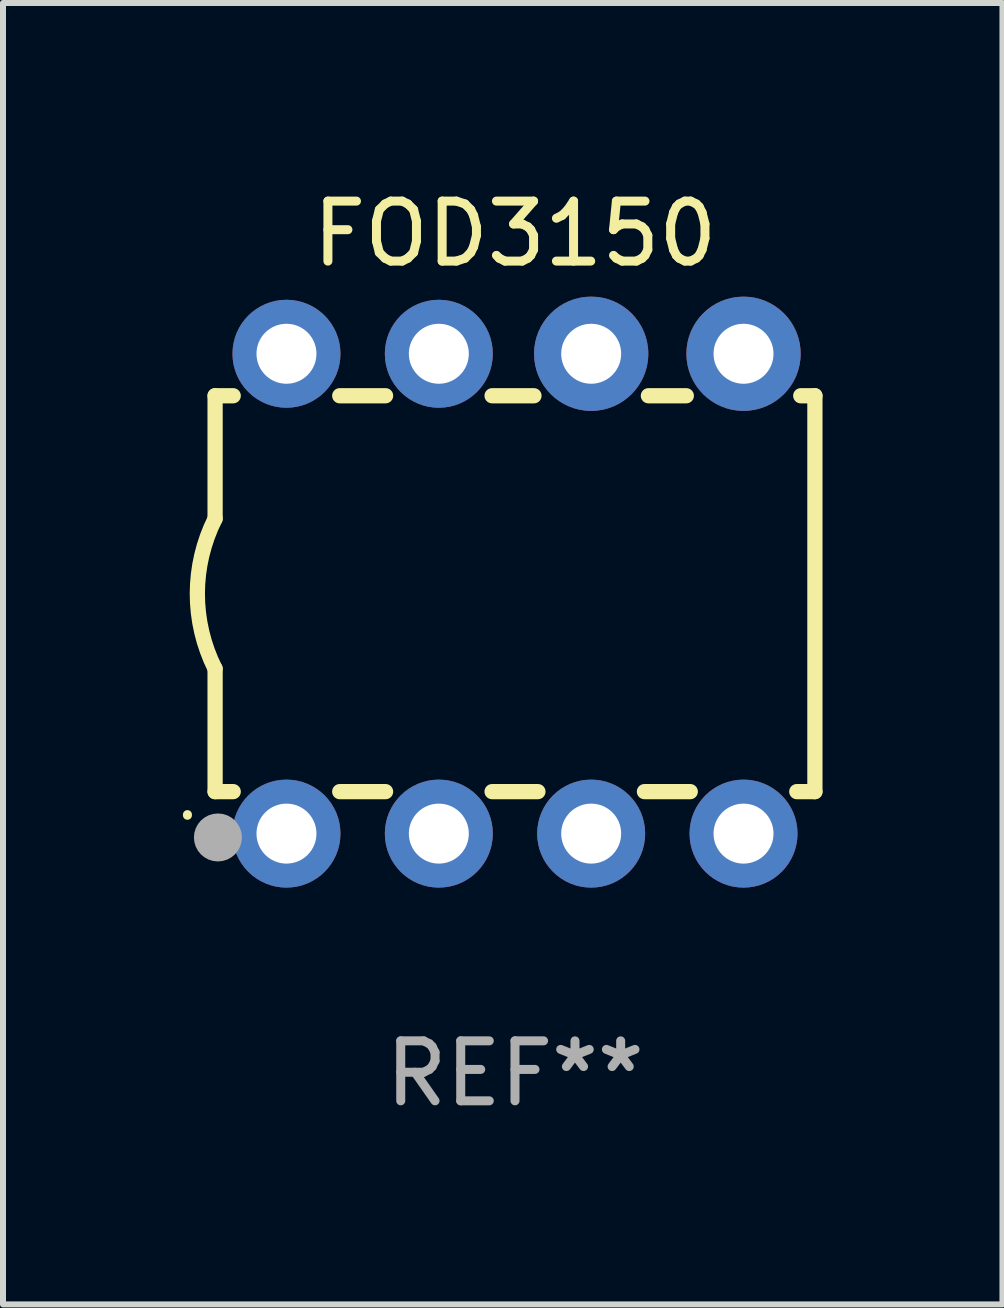
<source format=kicad_pcb>
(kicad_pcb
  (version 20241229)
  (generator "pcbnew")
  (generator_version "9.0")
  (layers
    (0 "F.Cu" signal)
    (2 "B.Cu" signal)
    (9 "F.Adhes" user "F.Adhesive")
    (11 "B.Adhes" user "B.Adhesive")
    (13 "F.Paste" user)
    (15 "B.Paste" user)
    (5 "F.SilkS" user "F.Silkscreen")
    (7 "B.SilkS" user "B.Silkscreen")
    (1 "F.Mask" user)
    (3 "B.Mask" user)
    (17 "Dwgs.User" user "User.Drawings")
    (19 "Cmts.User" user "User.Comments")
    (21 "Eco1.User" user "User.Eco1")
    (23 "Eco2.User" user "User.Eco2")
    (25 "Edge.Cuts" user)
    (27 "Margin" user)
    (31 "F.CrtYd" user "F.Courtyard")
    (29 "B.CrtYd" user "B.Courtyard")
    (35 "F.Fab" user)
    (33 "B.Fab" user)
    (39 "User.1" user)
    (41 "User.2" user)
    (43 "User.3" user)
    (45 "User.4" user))
  (footprint "FOD3150"
    (layer "F.Cu")
    (at 5.536 6.848)
    (property "Reference" "FOD3150" (at 0 -6 0) (layer "F.SilkS") (effects (font (size 1 1) (thickness 0.15))))
    (attr through_hole)
    (fp_line (start -5 -3.3) (end -5 -1.25) (stroke (width 0.254) (type solid)) (layer "F.SilkS"))
    (fp_line (start -5 -3.3) (end -4.698 -3.3) (stroke (width 0.254) (type solid)) (layer "F.SilkS"))
    (fp_line (start -5 3.3) (end -5 1.25) (stroke (width 0.254) (type solid)) (layer "F.SilkS"))
    (fp_line (start -5 3.3) (end -4.698 3.3) (stroke (width 0.254) (type solid)) (layer "F.SilkS"))
    (fp_line (start -2.922 -3.3) (end -2.158 -3.3) (stroke (width 0.254) (type solid)) (layer "F.SilkS"))
    (fp_line (start -2.922 3.3) (end -2.158 3.3) (stroke (width 0.254) (type solid)) (layer "F.SilkS"))
    (fp_line (start -0.382 -3.3) (end 0.316 -3.3) (stroke (width 0.254) (type solid)) (layer "F.SilkS"))
    (fp_line (start -0.382 3.3) (end 0.382 3.3) (stroke (width 0.254) (type solid)) (layer "F.SilkS"))
    (fp_line (start 2.158 3.3) (end 2.922 3.3) (stroke (width 0.254) (type solid)) (layer "F.SilkS"))
    (fp_line (start 2.224 -3.3) (end 2.856 -3.3) (stroke (width 0.254) (type solid)) (layer "F.SilkS"))
    (fp_line (start 4.698 3.3) (end 5 3.3) (stroke (width 0.254) (type solid)) (layer "F.SilkS"))
    (fp_line (start 4.764 -3.3) (end 5 -3.3) (stroke (width 0.254) (type solid)) (layer "F.SilkS"))
    (fp_line (start 5 -3.3) (end 5 3.3) (stroke (width 0.254) (type solid)) (layer "F.SilkS"))
    (fp_arc (start -5.46124 3.694259) (mid -5.461175 3.688632) (end -5.460986 3.683007) (stroke (width 0.149987) (type solid)) (layer "F.SilkS"))
    (fp_arc (start -5.00127 1.249682) (mid -5.295892 -0.000313) (end -5.000025 -1.250013) (stroke (width 0.254001) (type solid)) (layer "F.SilkS"))
    (fp_circle (center -4.795 4.237) (end -4.765 4.237) (stroke (width 0.06) (type solid)) (fill no) (layer "F.SilkS"))
    (fp_circle (center -4.953 4.064) (end -4.753 4.064) (stroke (width 0.4) (type solid)) (fill no) (layer "F.Fab"))
    (fp_text user "REF**" (at 0 8 0) (layer "F.Fab") (effects (font (size 1 1) (thickness 0.15))))
    (pad "1" thru_hole circle (at -3.81 4) (size 1.8 1.8) (drill 1) (layers "*.Cu" "*.Mask"))
    (pad "2" thru_hole circle (at -1.27 4) (size 1.8 1.8) (drill 1) (layers "*.Cu" "*.Mask"))
    (pad "3" thru_hole circle (at 1.27 4) (size 1.8 1.8) (drill 1) (layers "*.Cu" "*.Mask"))
    (pad "4" thru_hole circle (at 3.81 4) (size 1.8 1.8) (drill 1) (layers "*.Cu" "*.Mask"))
    (pad "5" thru_hole circle (at 3.81 -4) (size 1.905 1.905) (drill 1) (layers "*.Cu" "*.Mask"))
    (pad "6" thru_hole circle (at 1.27 -4) (size 1.905 1.905) (drill 1) (layers "*.Cu" "*.Mask"))
    (pad "7" thru_hole circle (at -1.27 -4) (size 1.8 1.8) (drill 1) (layers "*.Cu" "*.Mask"))
    (pad "8" thru_hole circle (at -3.81 -4) (size 1.8 1.8) (drill 1) (layers "*.Cu" "*.Mask")))
  (gr_rect
    (start -3 -3)
    (end 13.663 18.697)
    (stroke (width 0.1) (type default))
    (fill no)
    (layer "Edge.Cuts")))
</source>
